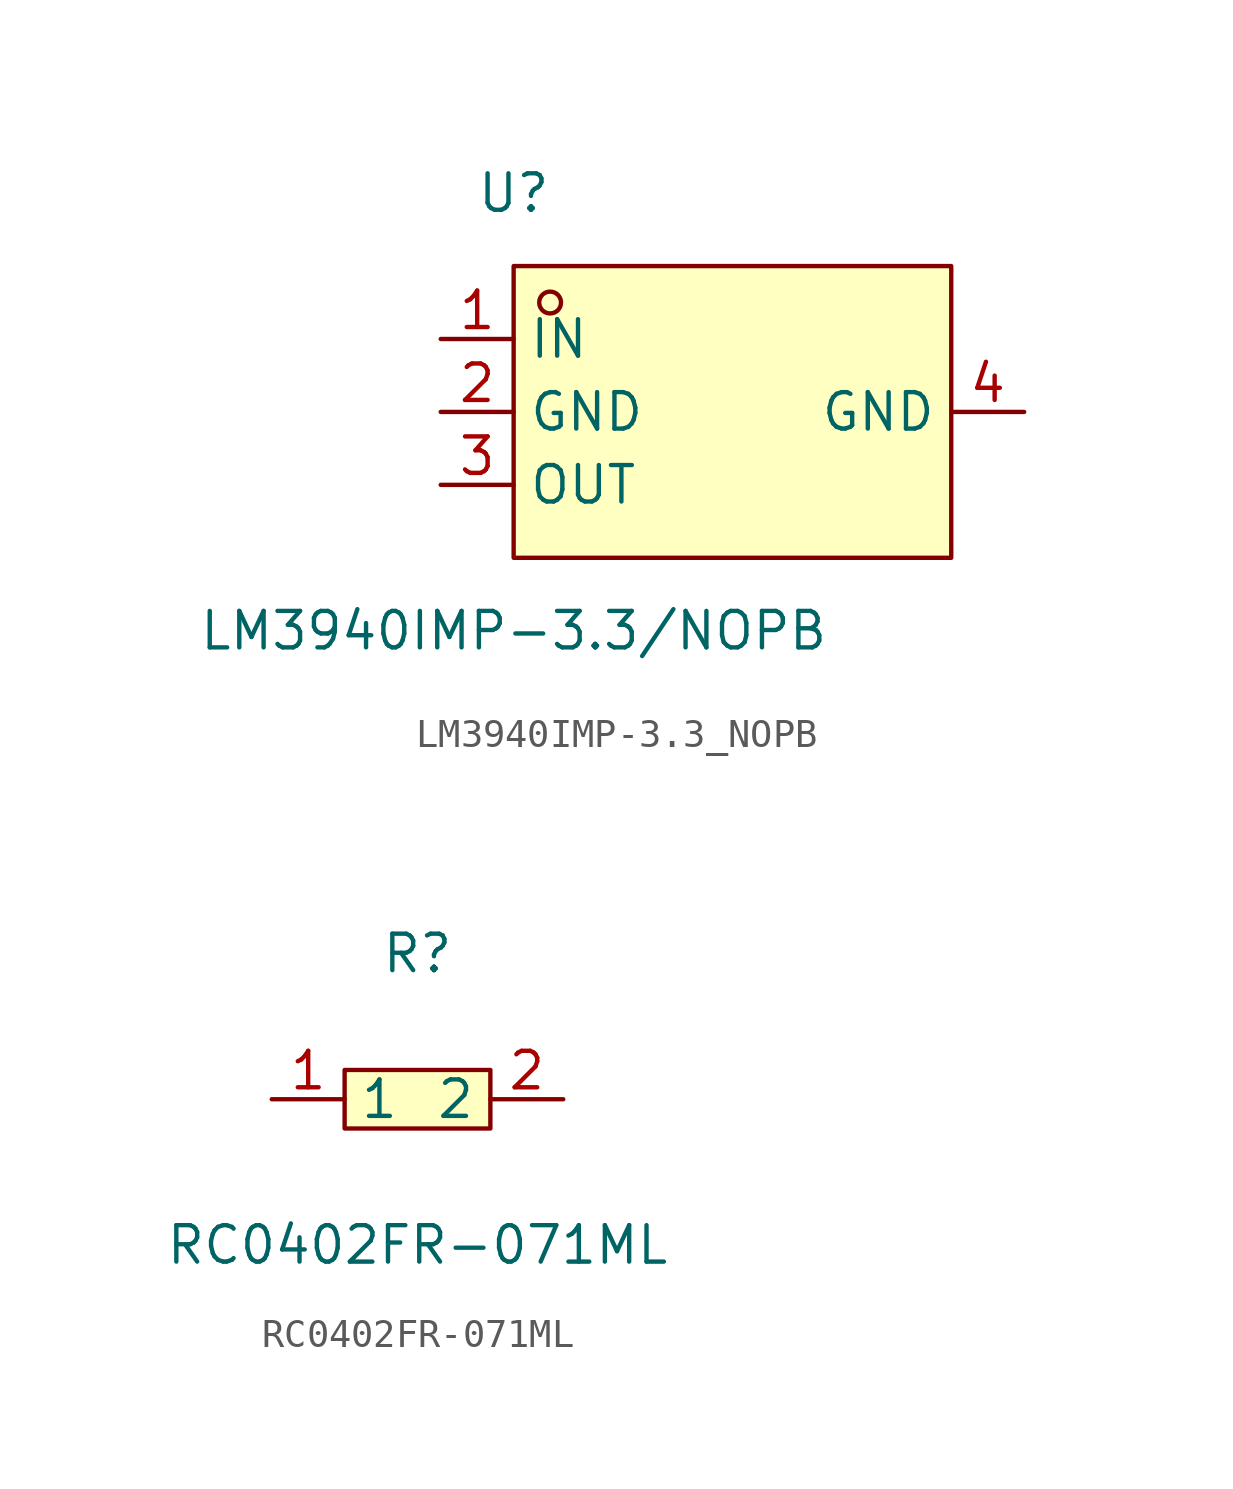
<source format=kicad_sym>
(kicad_symbol_lib
  (version 20211014)
  (generator https://github.com/uPesy/easyeda2kicad.py)
  (symbol "LM3940IMP-3.3_NOPB"
    (property "Reference" "U"
      (at 0 7.62 0)
      (effects (font (size 1.27 1.27))))
    (property "Value" "LM3940IMP-3.3/NOPB"
      (at 0 -7.62 0)
      (effects (font (size 1.27 1.27))))
    (symbol "LM3940IMP-3.3_NOPB_0_1"
      (rectangle (start 0.00 5.08) (end 15.24 -5.08) (stroke (width 0) (type default) (color 0 0 0 0)) (fill (type background)))
      (circle (center 1.27 3.81) (radius 0.38) (stroke (width 0) (type default) (color 0 0 0 0)) (fill (type none)))
      (pin unspecified line (at -2.54 2.54 0) (length 2.54) (name "IN" (effects (font (size 1.27 1.27)))) (number "1" (effects (font (size 1.27 1.27)))))
      (pin unspecified line (at -2.54 -0.00 0) (length 2.54) (name "GND" (effects (font (size 1.27 1.27)))) (number "2" (effects (font (size 1.27 1.27)))))
      (pin unspecified line (at -2.54 -2.54 0) (length 2.54) (name "OUT" (effects (font (size 1.27 1.27)))) (number "3" (effects (font (size 1.27 1.27)))))
      (pin unspecified line (at 17.78 -0.00 180) (length 2.54) (name "GND" (effects (font (size 1.27 1.27)))) (number "4" (effects (font (size 1.27 1.27)))))))
  (symbol "RC0402FR-071ML"
    (property "Reference" "R"
      (at 0 5.08 0)
      (effects (font (size 1.27 1.27))))
    (property "Value" "RC0402FR-071ML"
      (at 0 -5.08 0)
      (effects (font (size 1.27 1.27))))
    (symbol "RC0402FR-071ML_0_1"
      (rectangle (start -2.54 1.02) (end 2.54 -1.02) (stroke (width 0) (type default) (color 0 0 0 0)) (fill (type background)))
      (pin input line (at 5.08 -0.00 180) (length 2.54) (name "2" (effects (font (size 1.27 1.27)))) (number "2" (effects (font (size 1.27 1.27)))))
      (pin input line (at -5.08 -0.00 0) (length 2.54) (name "1" (effects (font (size 1.27 1.27)))) (number "1" (effects (font (size 1.27 1.27))))))))
</source>
